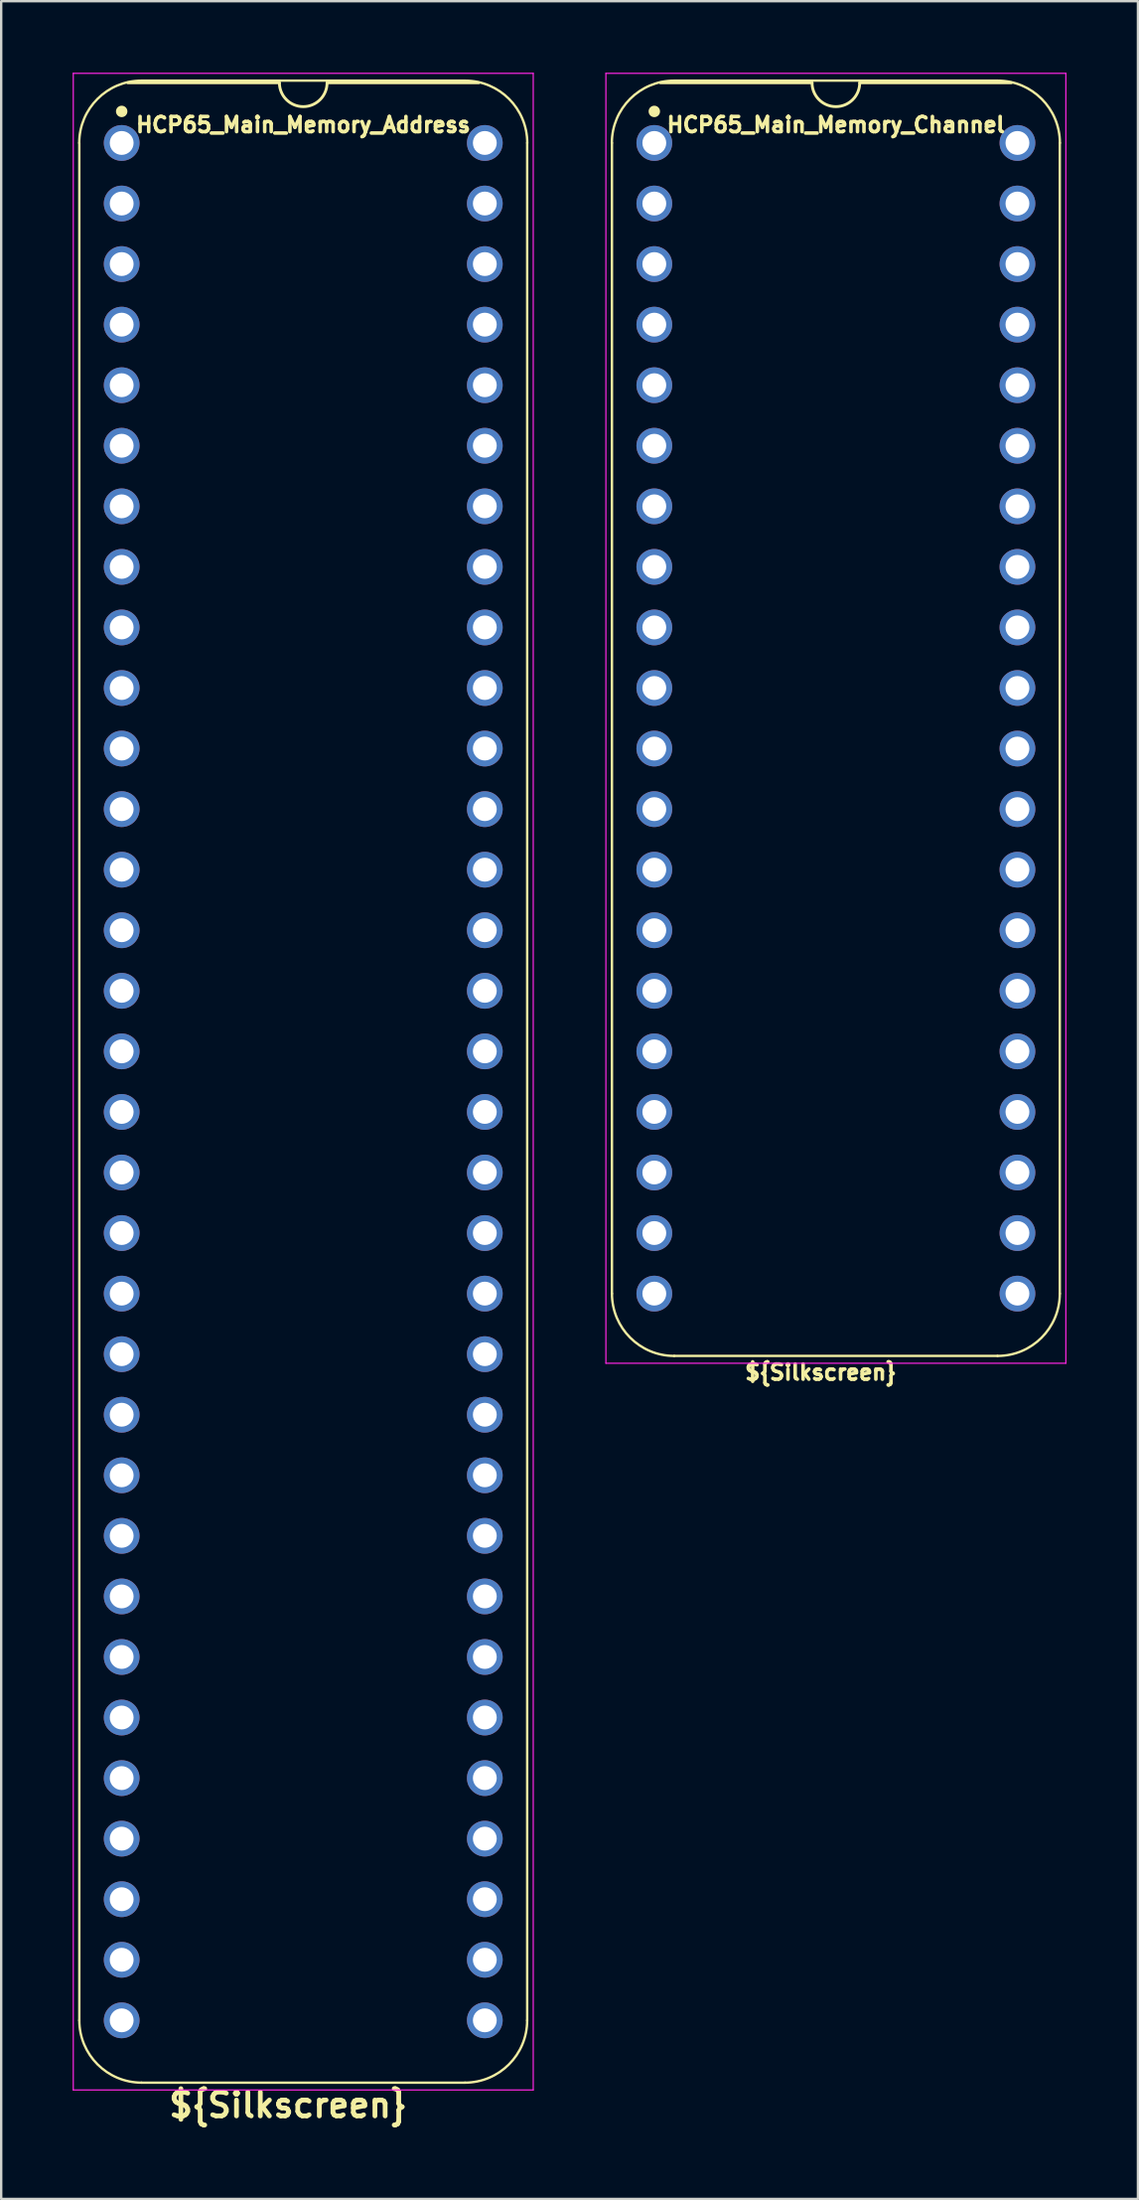
<source format=kicad_pcb>
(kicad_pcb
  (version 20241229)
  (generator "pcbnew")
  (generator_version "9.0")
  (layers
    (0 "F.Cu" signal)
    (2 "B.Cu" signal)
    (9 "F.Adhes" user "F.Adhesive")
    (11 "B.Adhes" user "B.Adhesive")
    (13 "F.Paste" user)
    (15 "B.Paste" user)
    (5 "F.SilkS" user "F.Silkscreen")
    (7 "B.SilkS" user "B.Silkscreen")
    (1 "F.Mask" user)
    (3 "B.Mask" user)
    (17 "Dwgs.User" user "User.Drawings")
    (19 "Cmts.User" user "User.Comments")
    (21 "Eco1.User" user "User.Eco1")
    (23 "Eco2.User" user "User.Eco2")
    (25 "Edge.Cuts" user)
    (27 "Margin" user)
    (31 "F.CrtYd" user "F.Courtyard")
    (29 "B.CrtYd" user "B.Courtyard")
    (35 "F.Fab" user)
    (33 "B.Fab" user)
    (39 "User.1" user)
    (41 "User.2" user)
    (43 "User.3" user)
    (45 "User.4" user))
  (footprint "HCP65_Main_Memory_Channel"
    (layer "F.Cu")
    (at 24.411 2.946)
    (property "Reference" "HCP65_Main_Memory_Channel" (at 7.62 -0.762 0) (layer "F.SilkS") (effects (font (size 0.635 0.635) (thickness 0.15))))
    (attr through_hole)
    (fp_line (start -1.778 48.26) (end -1.778 0) (stroke (width 0.1) (type solid)) (layer "F.SilkS"))
    (fp_line (start 0.832 -2.614) (end 14.408 -2.614) (stroke (width 0.1) (type solid)) (layer "F.SilkS"))
    (fp_line (start 6.62 -2.524) (end 0.254 -2.524) (stroke (width 0.12) (type solid)) (layer "F.SilkS"))
    (fp_line (start 14.404 50.874) (end 0.836 50.874) (stroke (width 0.1) (type solid)) (layer "F.SilkS"))
    (fp_line (start 14.986 -2.524) (end 8.62 -2.524) (stroke (width 0.12) (type solid)) (layer "F.SilkS"))
    (fp_line (start 17.018 48.26) (end 17.018 0) (stroke (width 0.1) (type solid)) (layer "F.SilkS"))
    (fp_arc (start -1.781544 0) (mid -1.016 -1.848188) (end 0.832188 -2.613732) (stroke (width 0.1) (type solid)) (layer "F.SilkS"))
    (fp_arc (start 0.835733 50.873733) (mid -1.012456 50.108189) (end -1.778 48.26) (stroke (width 0.1) (type solid)) (layer "F.SilkS"))
    (fp_arc (start 8.62 -2.524) (mid 7.62 -1.524) (end 6.62 -2.524) (stroke (width 0.12) (type solid)) (layer "F.SilkS"))
    (fp_arc (start 14.407812 -2.613732) (mid 16.256 -1.848188) (end 17.021544 0) (stroke (width 0.1) (type solid)) (layer "F.SilkS"))
    (fp_arc (start 17.018001 48.260001) (mid 16.252456 50.108188) (end 14.404269 50.873733) (stroke (width 0.1) (type solid)) (layer "F.SilkS"))
    (fp_circle (center 0 -1.323) (end 0.18 -1.323) (stroke (width 0.12) (type solid)) (fill yes) (layer "F.SilkS"))
    (fp_line (start -2.032 -2.921) (end -2.032 51.181) (stroke (width 0.05) (type solid)) (layer "F.CrtYd"))
    (fp_line (start -2.032 -2.921) (end 17.272 -2.921) (stroke (width 0.05) (type solid)) (layer "F.CrtYd"))
    (fp_line (start -2.032 51.181) (end 17.272 51.181) (stroke (width 0.05) (type solid)) (layer "F.CrtYd"))
    (fp_line (start 17.272 -2.921) (end 17.272 51.181) (stroke (width 0.05) (type solid)) (layer "F.CrtYd"))
    (fp_text user "${Silkscreen}" (at 6.985 51.562 0) (layer "F.SilkS") (effects (font (size 0.635 0.635) (thickness 0.15))))
    (pad "1" thru_hole circle (at 0 0) (size 1.5 1.5) (drill 1) (layers "*.Cu" "*.Mask"))
    (pad "2" thru_hole circle (at 0 2.54) (size 1.5 1.5) (drill 1) (layers "*.Cu" "*.Mask"))
    (pad "3" thru_hole circle (at 0 5.08) (size 1.5 1.5) (drill 1) (layers "*.Cu" "*.Mask"))
    (pad "4" thru_hole circle (at 0 7.62) (size 1.5 1.5) (drill 1) (layers "*.Cu" "*.Mask"))
    (pad "5" thru_hole circle (at 0 10.16) (size 1.5 1.5) (drill 1) (layers "*.Cu" "*.Mask"))
    (pad "6" thru_hole circle (at 0 12.7) (size 1.5 1.5) (drill 1) (layers "*.Cu" "*.Mask"))
    (pad "7" thru_hole circle (at 0 15.24) (size 1.5 1.5) (drill 1) (layers "*.Cu" "*.Mask"))
    (pad "8" thru_hole circle (at 0 17.78) (size 1.5 1.5) (drill 1) (layers "*.Cu" "*.Mask"))
    (pad "9" thru_hole circle (at 0 20.32) (size 1.5 1.5) (drill 1) (layers "*.Cu" "*.Mask"))
    (pad "10" thru_hole circle (at 0 22.86) (size 1.5 1.5) (drill 1) (layers "*.Cu" "*.Mask"))
    (pad "11" thru_hole circle (at 0 25.4) (size 1.5 1.5) (drill 1) (layers "*.Cu" "*.Mask"))
    (pad "12" thru_hole circle (at 0 27.94) (size 1.5 1.5) (drill 1) (layers "*.Cu" "*.Mask"))
    (pad "13" thru_hole circle (at 0 30.48) (size 1.5 1.5) (drill 1) (layers "*.Cu" "*.Mask"))
    (pad "14" thru_hole circle (at 0 33.02) (size 1.5 1.5) (drill 1) (layers "*.Cu" "*.Mask"))
    (pad "15" thru_hole circle (at 0 35.56) (size 1.5 1.5) (drill 1) (layers "*.Cu" "*.Mask"))
    (pad "16" thru_hole circle (at 0 38.1) (size 1.5 1.5) (drill 1) (layers "*.Cu" "*.Mask"))
    (pad "17" thru_hole circle (at 0 40.64) (size 1.5 1.5) (drill 1) (layers "*.Cu" "*.Mask"))
    (pad "18" thru_hole circle (at 0 43.18) (size 1.5 1.5) (drill 1) (layers "*.Cu" "*.Mask"))
    (pad "19" thru_hole circle (at 0 45.72) (size 1.5 1.5) (drill 1) (layers "*.Cu" "*.Mask"))
    (pad "20" thru_hole circle (at 0 48.26) (size 1.5 1.5) (drill 1) (layers "*.Cu" "*.Mask"))
    (pad "21" thru_hole circle (at 15.24 48.26) (size 1.5 1.5) (drill 1) (layers "*.Cu" "*.Mask"))
    (pad "22" thru_hole circle (at 15.24 45.72) (size 1.5 1.5) (drill 1) (layers "*.Cu" "*.Mask"))
    (pad "23" thru_hole circle (at 15.24 43.18) (size 1.5 1.5) (drill 1) (layers "*.Cu" "*.Mask"))
    (pad "24" thru_hole circle (at 15.24 40.64) (size 1.5 1.5) (drill 1) (layers "*.Cu" "*.Mask"))
    (pad "25" thru_hole circle (at 15.24 38.1) (size 1.5 1.5) (drill 1) (layers "*.Cu" "*.Mask"))
    (pad "26" thru_hole circle (at 15.24 35.56) (size 1.5 1.5) (drill 1) (layers "*.Cu" "*.Mask"))
    (pad "27" thru_hole circle (at 15.24 33.02) (size 1.5 1.5) (drill 1) (layers "*.Cu" "*.Mask"))
    (pad "28" thru_hole circle (at 15.24 30.48) (size 1.5 1.5) (drill 1) (layers "*.Cu" "*.Mask"))
    (pad "29" thru_hole circle (at 15.24 27.94) (size 1.5 1.5) (drill 1) (layers "*.Cu" "*.Mask"))
    (pad "30" thru_hole circle (at 15.24 25.4) (size 1.5 1.5) (drill 1) (layers "*.Cu" "*.Mask"))
    (pad "31" thru_hole circle (at 15.24 22.86) (size 1.5 1.5) (drill 1) (layers "*.Cu" "*.Mask"))
    (pad "32" thru_hole circle (at 15.24 20.32) (size 1.5 1.5) (drill 1) (layers "*.Cu" "*.Mask"))
    (pad "33" thru_hole circle (at 15.24 17.78) (size 1.5 1.5) (drill 1) (layers "*.Cu" "*.Mask"))
    (pad "34" thru_hole circle (at 15.24 15.24) (size 1.5 1.5) (drill 1) (layers "*.Cu" "*.Mask"))
    (pad "35" thru_hole circle (at 15.24 12.7) (size 1.5 1.5) (drill 1) (layers "*.Cu" "*.Mask"))
    (pad "36" thru_hole circle (at 15.24 10.16) (size 1.5 1.5) (drill 1) (layers "*.Cu" "*.Mask"))
    (pad "37" thru_hole circle (at 15.24 7.62) (size 1.5 1.5) (drill 1) (layers "*.Cu" "*.Mask"))
    (pad "38" thru_hole circle (at 15.24 5.08) (size 1.5 1.5) (drill 1) (layers "*.Cu" "*.Mask"))
    (pad "39" thru_hole circle (at 15.24 2.54) (size 1.5 1.5) (drill 1) (layers "*.Cu" "*.Mask"))
    (pad "40" thru_hole circle (at 15.24 0) (size 1.5 1.5) (drill 1) (layers "*.Cu" "*.Mask")))
  (footprint "HCP65_Main_Memory_Address"
    (layer "F.Cu")
    (at 2.057 2.946)
    (property "Reference" "HCP65_Main_Memory_Address" (at 7.62 -0.762 0) (layer "F.SilkS") (effects (font (size 0.635 0.635) (thickness 0.15))))
    (attr through_hole)
    (fp_line (start -1.778 78.74) (end -1.778 0) (stroke (width 0.1) (type solid)) (layer "F.SilkS"))
    (fp_line (start 0.832 -2.614) (end 14.408 -2.614) (stroke (width 0.1) (type solid)) (layer "F.SilkS"))
    (fp_line (start 6.62 -2.524) (end 0.254 -2.524) (stroke (width 0.12) (type solid)) (layer "F.SilkS"))
    (fp_line (start 14.404 81.354) (end 0.836 81.354) (stroke (width 0.1) (type solid)) (layer "F.SilkS"))
    (fp_line (start 14.986 -2.524) (end 8.62 -2.524) (stroke (width 0.12) (type solid)) (layer "F.SilkS"))
    (fp_line (start 17.018 78.74) (end 17.018 0) (stroke (width 0.1) (type solid)) (layer "F.SilkS"))
    (fp_arc (start -1.781544 0) (mid -1.016 -1.848188) (end 0.832188 -2.613732) (stroke (width 0.1) (type solid)) (layer "F.SilkS"))
    (fp_arc (start 0.835733 81.353733) (mid -1.012457 80.58819) (end -1.778 78.74) (stroke (width 0.1) (type solid)) (layer "F.SilkS"))
    (fp_arc (start 8.62 -2.524) (mid 7.62 -1.524) (end 6.62 -2.524) (stroke (width 0.12) (type solid)) (layer "F.SilkS"))
    (fp_arc (start 14.407812 -2.613732) (mid 16.255992 -1.848183) (end 17.021544 0) (stroke (width 0.1) (type solid)) (layer "F.SilkS"))
    (fp_arc (start 17.018001 78.740001) (mid 16.252456 80.588188) (end 14.404269 81.353733) (stroke (width 0.1) (type solid)) (layer "F.SilkS"))
    (fp_circle (center 0 -1.323) (end 0.18 -1.323) (stroke (width 0.12) (type solid)) (fill yes) (layer "F.SilkS"))
    (fp_line (start -2.032 -2.921) (end -2.032 81.661) (stroke (width 0.05) (type solid)) (layer "F.CrtYd"))
    (fp_line (start -2.032 -2.921) (end 17.272 -2.921) (stroke (width 0.05) (type solid)) (layer "F.CrtYd"))
    (fp_line (start -2.032 81.661) (end 17.272 81.661) (stroke (width 0.05) (type solid)) (layer "F.CrtYd"))
    (fp_line (start 17.272 -2.921) (end 17.272 81.661) (stroke (width 0.05) (type solid)) (layer "F.CrtYd"))
    (fp_text user "${Silkscreen}" (at 6.985 82.296 0) (layer "F.SilkS") (effects (font (size 1 1) (thickness 0.2) (bold yes))))
    (pad "1" thru_hole circle (at 0 0) (size 1.5 1.5) (drill 1) (layers "*.Cu" "*.Mask"))
    (pad "2" thru_hole circle (at 0 2.54) (size 1.5 1.5) (drill 1) (layers "*.Cu" "*.Mask"))
    (pad "3" thru_hole circle (at 0 5.08) (size 1.5 1.5) (drill 1) (layers "*.Cu" "*.Mask"))
    (pad "4" thru_hole circle (at 0 7.62) (size 1.5 1.5) (drill 1) (layers "*.Cu" "*.Mask"))
    (pad "5" thru_hole circle (at 0 10.16) (size 1.5 1.5) (drill 1) (layers "*.Cu" "*.Mask"))
    (pad "6" thru_hole circle (at 0 12.7) (size 1.5 1.5) (drill 1) (layers "*.Cu" "*.Mask"))
    (pad "7" thru_hole circle (at 0 15.24) (size 1.5 1.5) (drill 1) (layers "*.Cu" "*.Mask"))
    (pad "8" thru_hole circle (at 0 17.78) (size 1.5 1.5) (drill 1) (layers "*.Cu" "*.Mask"))
    (pad "9" thru_hole circle (at 0 20.32) (size 1.5 1.5) (drill 1) (layers "*.Cu" "*.Mask"))
    (pad "10" thru_hole circle (at 0 22.86) (size 1.5 1.5) (drill 1) (layers "*.Cu" "*.Mask"))
    (pad "11" thru_hole circle (at 0 25.4) (size 1.5 1.5) (drill 1) (layers "*.Cu" "*.Mask"))
    (pad "12" thru_hole circle (at 0 27.94) (size 1.5 1.5) (drill 1) (layers "*.Cu" "*.Mask"))
    (pad "13" thru_hole circle (at 0 30.48) (size 1.5 1.5) (drill 1) (layers "*.Cu" "*.Mask"))
    (pad "14" thru_hole circle (at 0 33.02) (size 1.5 1.5) (drill 1) (layers "*.Cu" "*.Mask"))
    (pad "15" thru_hole circle (at 0 35.56) (size 1.5 1.5) (drill 1) (layers "*.Cu" "*.Mask"))
    (pad "16" thru_hole circle (at 0 38.1) (size 1.5 1.5) (drill 1) (layers "*.Cu" "*.Mask"))
    (pad "17" thru_hole circle (at 0 40.64) (size 1.5 1.5) (drill 1) (layers "*.Cu" "*.Mask"))
    (pad "18" thru_hole circle (at 0 43.18) (size 1.5 1.5) (drill 1) (layers "*.Cu" "*.Mask"))
    (pad "19" thru_hole circle (at 0 45.72) (size 1.5 1.5) (drill 1) (layers "*.Cu" "*.Mask"))
    (pad "20" thru_hole circle (at 0 48.26) (size 1.5 1.5) (drill 1) (layers "*.Cu" "*.Mask"))
    (pad "21" thru_hole circle (at 0 50.8) (size 1.5 1.5) (drill 1) (layers "*.Cu" "*.Mask"))
    (pad "22" thru_hole circle (at 0 53.34) (size 1.5 1.5) (drill 1) (layers "*.Cu" "*.Mask"))
    (pad "23" thru_hole circle (at 0 55.88) (size 1.5 1.5) (drill 1) (layers "*.Cu" "*.Mask"))
    (pad "24" thru_hole circle (at 0 58.42) (size 1.5 1.5) (drill 1) (layers "*.Cu" "*.Mask"))
    (pad "25" thru_hole circle (at 0 60.96) (size 1.5 1.5) (drill 1) (layers "*.Cu" "*.Mask"))
    (pad "26" thru_hole circle (at 0 63.5) (size 1.5 1.5) (drill 1) (layers "*.Cu" "*.Mask"))
    (pad "27" thru_hole circle (at 0 66.04) (size 1.5 1.5) (drill 1) (layers "*.Cu" "*.Mask"))
    (pad "28" thru_hole circle (at 0 68.58) (size 1.5 1.5) (drill 1) (layers "*.Cu" "*.Mask"))
    (pad "29" thru_hole circle (at 0 71.12) (size 1.5 1.5) (drill 1) (layers "*.Cu" "*.Mask"))
    (pad "30" thru_hole circle (at 0 73.66) (size 1.5 1.5) (drill 1) (layers "*.Cu" "*.Mask"))
    (pad "31" thru_hole circle (at 0 76.2) (size 1.5 1.5) (drill 1) (layers "*.Cu" "*.Mask"))
    (pad "32" thru_hole circle (at 0 78.74) (size 1.5 1.5) (drill 1) (layers "*.Cu" "*.Mask"))
    (pad "33" thru_hole circle (at 15.24 78.74) (size 1.5 1.5) (drill 1) (layers "*.Cu" "*.Mask"))
    (pad "34" thru_hole circle (at 15.24 76.2) (size 1.5 1.5) (drill 1) (layers "*.Cu" "*.Mask"))
    (pad "35" thru_hole circle (at 15.24 73.66) (size 1.5 1.5) (drill 1) (layers "*.Cu" "*.Mask"))
    (pad "36" thru_hole circle (at 15.24 71.12) (size 1.5 1.5) (drill 1) (layers "*.Cu" "*.Mask"))
    (pad "37" thru_hole circle (at 15.24 68.58) (size 1.5 1.5) (drill 1) (layers "*.Cu" "*.Mask"))
    (pad "38" thru_hole circle (at 15.24 66.04) (size 1.5 1.5) (drill 1) (layers "*.Cu" "*.Mask"))
    (pad "39" thru_hole circle (at 15.24 63.5) (size 1.5 1.5) (drill 1) (layers "*.Cu" "*.Mask"))
    (pad "40" thru_hole circle (at 15.24 60.96) (size 1.5 1.5) (drill 1) (layers "*.Cu" "*.Mask"))
    (pad "41" thru_hole circle (at 15.24 58.42) (size 1.5 1.5) (drill 1) (layers "*.Cu" "*.Mask"))
    (pad "42" thru_hole circle (at 15.24 55.88) (size 1.5 1.5) (drill 1) (layers "*.Cu" "*.Mask"))
    (pad "43" thru_hole circle (at 15.24 53.34) (size 1.5 1.5) (drill 1) (layers "*.Cu" "*.Mask"))
    (pad "44" thru_hole circle (at 15.24 50.8) (size 1.5 1.5) (drill 1) (layers "*.Cu" "*.Mask"))
    (pad "45" thru_hole circle (at 15.24 48.26) (size 1.5 1.5) (drill 1) (layers "*.Cu" "*.Mask"))
    (pad "46" thru_hole circle (at 15.24 45.72) (size 1.5 1.5) (drill 1) (layers "*.Cu" "*.Mask"))
    (pad "47" thru_hole circle (at 15.24 43.18) (size 1.5 1.5) (drill 1) (layers "*.Cu" "*.Mask"))
    (pad "48" thru_hole circle (at 15.24 40.64) (size 1.5 1.5) (drill 1) (layers "*.Cu" "*.Mask"))
    (pad "49" thru_hole circle (at 15.24 38.1) (size 1.5 1.5) (drill 1) (layers "*.Cu" "*.Mask"))
    (pad "50" thru_hole circle (at 15.24 35.56) (size 1.5 1.5) (drill 1) (layers "*.Cu" "*.Mask"))
    (pad "51" thru_hole circle (at 15.24 33.02) (size 1.5 1.5) (drill 1) (layers "*.Cu" "*.Mask"))
    (pad "52" thru_hole circle (at 15.24 30.48) (size 1.5 1.5) (drill 1) (layers "*.Cu" "*.Mask"))
    (pad "53" thru_hole circle (at 15.24 27.94) (size 1.5 1.5) (drill 1) (layers "*.Cu" "*.Mask"))
    (pad "54" thru_hole circle (at 15.24 25.4) (size 1.5 1.5) (drill 1) (layers "*.Cu" "*.Mask"))
    (pad "55" thru_hole circle (at 15.24 22.86) (size 1.5 1.5) (drill 1) (layers "*.Cu" "*.Mask"))
    (pad "56" thru_hole circle (at 15.24 20.32) (size 1.5 1.5) (drill 1) (layers "*.Cu" "*.Mask"))
    (pad "57" thru_hole circle (at 15.24 17.78) (size 1.5 1.5) (drill 1) (layers "*.Cu" "*.Mask"))
    (pad "58" thru_hole circle (at 15.24 15.24) (size 1.5 1.5) (drill 1) (layers "*.Cu" "*.Mask"))
    (pad "59" thru_hole circle (at 15.24 12.7) (size 1.5 1.5) (drill 1) (layers "*.Cu" "*.Mask"))
    (pad "60" thru_hole circle (at 15.24 10.16) (size 1.5 1.5) (drill 1) (layers "*.Cu" "*.Mask"))
    (pad "61" thru_hole circle (at 15.24 7.62) (size 1.5 1.5) (drill 1) (layers "*.Cu" "*.Mask"))
    (pad "62" thru_hole circle (at 15.24 5.08) (size 1.5 1.5) (drill 1) (layers "*.Cu" "*.Mask"))
    (pad "63" thru_hole circle (at 15.24 2.54) (size 1.5 1.5) (drill 1) (layers "*.Cu" "*.Mask"))
    (pad "64" thru_hole circle (at 15.24 0) (size 1.5 1.5) (drill 1) (layers "*.Cu" "*.Mask")))
  (gr_rect
    (start -3 -3)
    (end 44.708 89.178)
    (stroke (width 0.1) (type default))
    (fill no)
    (layer "Edge.Cuts")))
</source>
